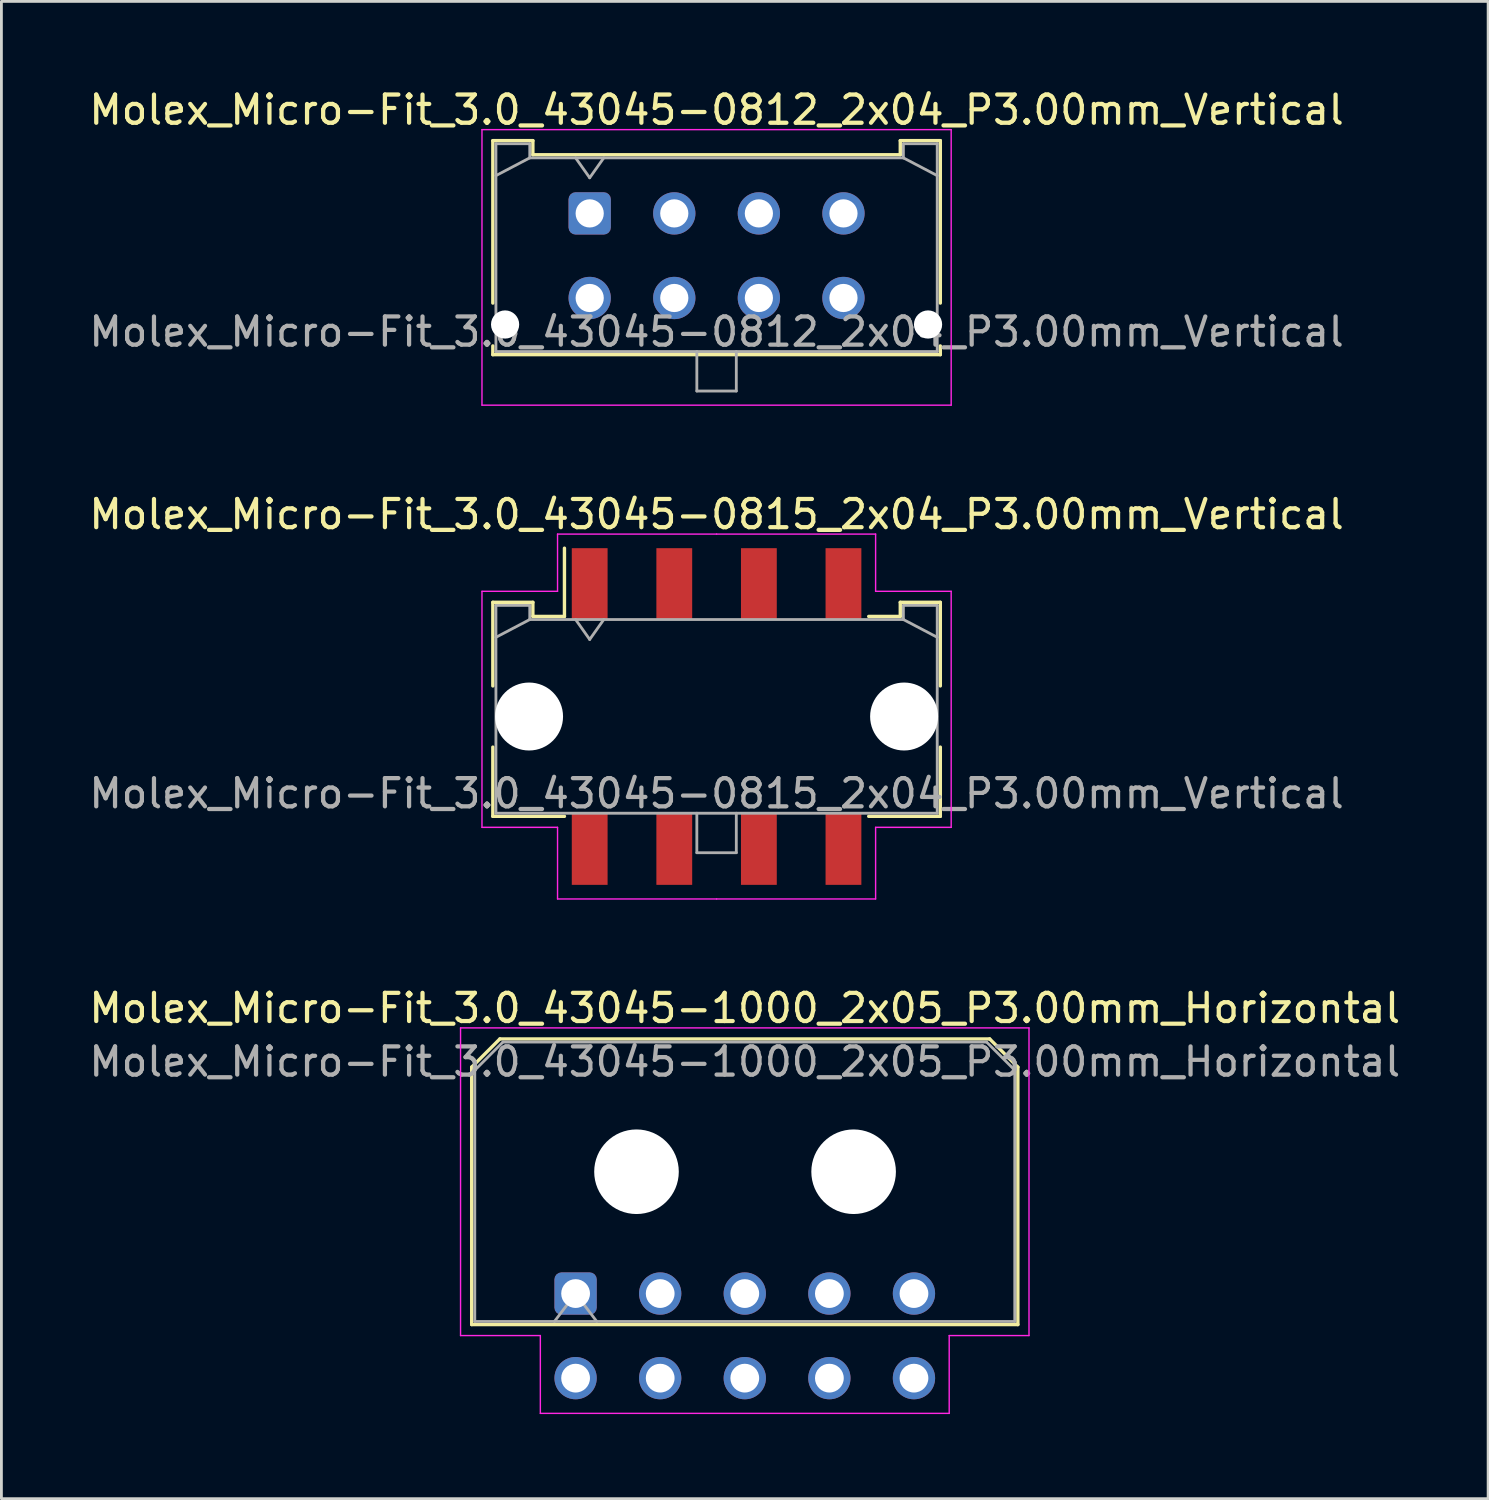
<source format=kicad_pcb>
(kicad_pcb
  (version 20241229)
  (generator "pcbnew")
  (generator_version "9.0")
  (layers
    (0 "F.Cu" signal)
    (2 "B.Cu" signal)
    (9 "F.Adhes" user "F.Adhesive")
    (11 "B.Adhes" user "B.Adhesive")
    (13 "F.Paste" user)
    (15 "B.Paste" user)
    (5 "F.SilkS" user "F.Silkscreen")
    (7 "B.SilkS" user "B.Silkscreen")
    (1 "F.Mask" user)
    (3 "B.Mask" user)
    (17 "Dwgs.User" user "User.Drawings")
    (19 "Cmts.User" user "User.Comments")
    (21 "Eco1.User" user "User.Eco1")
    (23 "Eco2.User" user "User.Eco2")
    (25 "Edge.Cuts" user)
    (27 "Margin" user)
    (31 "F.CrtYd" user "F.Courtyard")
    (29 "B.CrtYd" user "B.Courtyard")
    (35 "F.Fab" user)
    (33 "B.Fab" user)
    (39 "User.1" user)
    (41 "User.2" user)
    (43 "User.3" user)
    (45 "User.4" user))
  (footprint "Molex_Micro-Fit_3.0_43045-0812_2x04_P3.00mm_Vertical"
    (layer "F.Cu")
    (at 17.863 4.518)
    (property "Reference" "Molex_Micro-Fit_3.0_43045-0812_2x04_P3.00mm_Vertical" (at 4.5 -3.67 0) (layer "F.SilkS") (effects (font (size 1 1) (thickness 0.15))))
    (attr through_hole)
    (fp_line (start -3.435 -2.58) (end -2.015 -2.58) (stroke (width 0.12) (type solid)) (layer "F.SilkS"))
    (fp_line (start -3.435 3.18) (end -3.435 -2.58) (stroke (width 0.12) (type solid)) (layer "F.SilkS"))
    (fp_line (start -3.435 4.7) (end -3.435 5.01) (stroke (width 0.12) (type solid)) (layer "F.SilkS"))
    (fp_line (start -3.435 5.01) (end 12.435 5.01) (stroke (width 0.12) (type solid)) (layer "F.SilkS"))
    (fp_line (start -2.015 -2.58) (end -2.015 -2.08) (stroke (width 0.12) (type solid)) (layer "F.SilkS"))
    (fp_line (start -2.015 -2.08) (end 11.015 -2.08) (stroke (width 0.12) (type solid)) (layer "F.SilkS"))
    (fp_line (start 11.015 -2.58) (end 12.435 -2.58) (stroke (width 0.12) (type solid)) (layer "F.SilkS"))
    (fp_line (start 11.015 -2.08) (end 11.015 -2.58) (stroke (width 0.12) (type solid)) (layer "F.SilkS"))
    (fp_line (start 12.435 -2.58) (end 12.435 3.18) (stroke (width 0.12) (type solid)) (layer "F.SilkS"))
    (fp_line (start 12.435 5.01) (end 12.435 4.7) (stroke (width 0.12) (type solid)) (layer "F.SilkS"))
    (fp_line (start -3.82 -2.97) (end 12.82 -2.97) (stroke (width 0.05) (type solid)) (layer "F.CrtYd"))
    (fp_line (start -3.82 6.8) (end -3.82 -2.97) (stroke (width 0.05) (type solid)) (layer "F.CrtYd"))
    (fp_line (start 12.82 -2.97) (end 12.82 6.8) (stroke (width 0.05) (type solid)) (layer "F.CrtYd"))
    (fp_line (start 12.82 6.8) (end -3.82 6.8) (stroke (width 0.05) (type solid)) (layer "F.CrtYd"))
    (fp_line (start -3.325 -2.47) (end -3.325 4.9) (stroke (width 0.1) (type solid)) (layer "F.Fab"))
    (fp_line (start -3.325 -1.34) (end -2.125 -1.97) (stroke (width 0.1) (type solid)) (layer "F.Fab"))
    (fp_line (start -3.325 4.9) (end 12.325 4.9) (stroke (width 0.1) (type solid)) (layer "F.Fab"))
    (fp_line (start -2.125 -2.47) (end -3.325 -2.47) (stroke (width 0.1) (type solid)) (layer "F.Fab"))
    (fp_line (start -2.125 -1.97) (end -2.125 -2.47) (stroke (width 0.1) (type solid)) (layer "F.Fab"))
    (fp_line (start -0.5 -1.97) (end 0 -1.263) (stroke (width 0.1) (type solid)) (layer "F.Fab"))
    (fp_line (start 0 -1.263) (end 0.5 -1.97) (stroke (width 0.1) (type solid)) (layer "F.Fab"))
    (fp_line (start 3.8 4.9) (end 3.8 6.3) (stroke (width 0.1) (type solid)) (layer "F.Fab"))
    (fp_line (start 3.8 6.3) (end 5.2 6.3) (stroke (width 0.1) (type solid)) (layer "F.Fab"))
    (fp_line (start 5.2 6.3) (end 5.2 4.9) (stroke (width 0.1) (type solid)) (layer "F.Fab"))
    (fp_line (start 11.125 -2.47) (end 11.125 -1.97) (stroke (width 0.1) (type solid)) (layer "F.Fab"))
    (fp_line (start 11.125 -1.97) (end -2.125 -1.97) (stroke (width 0.1) (type solid)) (layer "F.Fab"))
    (fp_line (start 12.325 -2.47) (end 11.125 -2.47) (stroke (width 0.1) (type solid)) (layer "F.Fab"))
    (fp_line (start 12.325 -1.34) (end 11.125 -1.97) (stroke (width 0.1) (type solid)) (layer "F.Fab"))
    (fp_line (start 12.325 4.9) (end 12.325 -2.47) (stroke (width 0.1) (type solid)) (layer "F.Fab"))
    (fp_text user "${REFERENCE}" (at 4.5 4.2 0) (layer "F.Fab") (effects (font (size 1 1) (thickness 0.15))))
    (pad "" np_thru_hole circle (at -3 3.94) (size 1 1) (drill 1) (layers "*.Cu" "*.Mask"))
    (pad "" np_thru_hole circle (at 12 3.94) (size 1 1) (drill 1) (layers "*.Cu" "*.Mask"))
    (pad "1" thru_hole roundrect (at 0 0) (size 1.5 1.5) (drill 1) (layers "*.Cu" "*.Mask") (roundrect_rratio 0.167))
    (pad "2" thru_hole circle (at 3 0) (size 1.5 1.5) (drill 1) (layers "*.Cu" "*.Mask"))
    (pad "3" thru_hole circle (at 6 0) (size 1.5 1.5) (drill 1) (layers "*.Cu" "*.Mask"))
    (pad "4" thru_hole circle (at 9 0) (size 1.5 1.5) (drill 1) (layers "*.Cu" "*.Mask"))
    (pad "5" thru_hole circle (at 0 3) (size 1.5 1.5) (drill 1) (layers "*.Cu" "*.Mask"))
    (pad "6" thru_hole circle (at 3 3) (size 1.5 1.5) (drill 1) (layers "*.Cu" "*.Mask"))
    (pad "7" thru_hole circle (at 6 3) (size 1.5 1.5) (drill 1) (layers "*.Cu" "*.Mask"))
    (pad "8" thru_hole circle (at 9 3) (size 1.5 1.5) (drill 1) (layers "*.Cu" "*.Mask")))
  (footprint "Molex_Micro-Fit_3.0_43045-0815_2x04_P3.00mm_Vertical"
    (layer "F.Cu")
    (at 22.363 22.361)
    (property "Reference" "Molex_Micro-Fit_3.0_43045-0815_2x04_P3.00mm_Vertical" (at 0 -7.17 0) (layer "F.SilkS") (effects (font (size 1 1) (thickness 0.15))))
    (attr smd)
    (fp_line (start -7.935 -4.05) (end -6.515 -4.05) (stroke (width 0.12) (type solid)) (layer "F.SilkS"))
    (fp_line (start -7.935 -1.085) (end -7.935 -4.05) (stroke (width 0.12) (type solid)) (layer "F.SilkS"))
    (fp_line (start -7.935 1.085) (end -7.935 3.54) (stroke (width 0.12) (type solid)) (layer "F.SilkS"))
    (fp_line (start -7.935 3.54) (end -5.395 3.54) (stroke (width 0.12) (type solid)) (layer "F.SilkS"))
    (fp_line (start -6.515 -4.05) (end -6.515 -3.55) (stroke (width 0.12) (type solid)) (layer "F.SilkS"))
    (fp_line (start -6.515 -3.55) (end -5.395 -3.55) (stroke (width 0.12) (type solid)) (layer "F.SilkS"))
    (fp_line (start -5.395 -3.55) (end -5.395 -5.97) (stroke (width 0.12) (type solid)) (layer "F.SilkS"))
    (fp_line (start 6.515 -4.05) (end 6.515 -3.55) (stroke (width 0.12) (type solid)) (layer "F.SilkS"))
    (fp_line (start 6.515 -3.55) (end 5.395 -3.55) (stroke (width 0.12) (type solid)) (layer "F.SilkS"))
    (fp_line (start 7.935 -4.05) (end 6.515 -4.05) (stroke (width 0.12) (type solid)) (layer "F.SilkS"))
    (fp_line (start 7.935 -1.085) (end 7.935 -4.05) (stroke (width 0.12) (type solid)) (layer "F.SilkS"))
    (fp_line (start 7.935 1.085) (end 7.935 3.54) (stroke (width 0.12) (type solid)) (layer "F.SilkS"))
    (fp_line (start 7.935 3.54) (end 5.395 3.54) (stroke (width 0.12) (type solid)) (layer "F.SilkS"))
    (fp_line (start -8.32 -4.44) (end -8.32 3.93) (stroke (width 0.05) (type solid)) (layer "F.CrtYd"))
    (fp_line (start -8.32 3.93) (end -5.64 3.93) (stroke (width 0.05) (type solid)) (layer "F.CrtYd"))
    (fp_line (start -5.64 -6.47) (end -5.64 -4.44) (stroke (width 0.05) (type solid)) (layer "F.CrtYd"))
    (fp_line (start -5.64 -4.44) (end -8.32 -4.44) (stroke (width 0.05) (type solid)) (layer "F.CrtYd"))
    (fp_line (start -5.64 3.93) (end -5.64 6.47) (stroke (width 0.05) (type solid)) (layer "F.CrtYd"))
    (fp_line (start -5.64 6.47) (end 0 6.47) (stroke (width 0.05) (type solid)) (layer "F.CrtYd"))
    (fp_line (start 0 -6.47) (end -5.64 -6.47) (stroke (width 0.05) (type solid)) (layer "F.CrtYd"))
    (fp_line (start 0 -6.47) (end 5.64 -6.47) (stroke (width 0.05) (type solid)) (layer "F.CrtYd"))
    (fp_line (start 5.64 -6.47) (end 5.64 -4.44) (stroke (width 0.05) (type solid)) (layer "F.CrtYd"))
    (fp_line (start 5.64 -4.44) (end 8.32 -4.44) (stroke (width 0.05) (type solid)) (layer "F.CrtYd"))
    (fp_line (start 5.64 3.93) (end 5.64 6.47) (stroke (width 0.05) (type solid)) (layer "F.CrtYd"))
    (fp_line (start 5.64 6.47) (end 0 6.47) (stroke (width 0.05) (type solid)) (layer "F.CrtYd"))
    (fp_line (start 8.32 -4.44) (end 8.32 3.93) (stroke (width 0.05) (type solid)) (layer "F.CrtYd"))
    (fp_line (start 8.32 3.93) (end 5.64 3.93) (stroke (width 0.05) (type solid)) (layer "F.CrtYd"))
    (fp_line (start -7.825 -3.94) (end -7.825 3.43) (stroke (width 0.1) (type solid)) (layer "F.Fab"))
    (fp_line (start -7.825 -2.81) (end -6.625 -3.44) (stroke (width 0.1) (type solid)) (layer "F.Fab"))
    (fp_line (start -7.825 3.43) (end 7.825 3.43) (stroke (width 0.1) (type solid)) (layer "F.Fab"))
    (fp_line (start -6.625 -3.94) (end -7.825 -3.94) (stroke (width 0.1) (type solid)) (layer "F.Fab"))
    (fp_line (start -6.625 -3.44) (end -6.625 -3.94) (stroke (width 0.1) (type solid)) (layer "F.Fab"))
    (fp_line (start -5 -3.44) (end -4.5 -2.733) (stroke (width 0.1) (type solid)) (layer "F.Fab"))
    (fp_line (start -4.5 -2.733) (end -4 -3.44) (stroke (width 0.1) (type solid)) (layer "F.Fab"))
    (fp_line (start -0.7 3.43) (end -0.7 4.83) (stroke (width 0.1) (type solid)) (layer "F.Fab"))
    (fp_line (start -0.7 4.83) (end 0.7 4.83) (stroke (width 0.1) (type solid)) (layer "F.Fab"))
    (fp_line (start 0.7 4.83) (end 0.7 3.43) (stroke (width 0.1) (type solid)) (layer "F.Fab"))
    (fp_line (start 6.625 -3.94) (end 6.625 -3.44) (stroke (width 0.1) (type solid)) (layer "F.Fab"))
    (fp_line (start 6.625 -3.44) (end -6.625 -3.44) (stroke (width 0.1) (type solid)) (layer "F.Fab"))
    (fp_line (start 7.825 -3.94) (end 6.625 -3.94) (stroke (width 0.1) (type solid)) (layer "F.Fab"))
    (fp_line (start 7.825 -2.81) (end 6.625 -3.44) (stroke (width 0.1) (type solid)) (layer "F.Fab"))
    (fp_line (start 7.825 3.43) (end 7.825 -3.94) (stroke (width 0.1) (type solid)) (layer "F.Fab"))
    (fp_text user "${REFERENCE}" (at 0 2.73 0) (layer "F.Fab") (effects (font (size 1 1) (thickness 0.15))))
    (pad "" np_thru_hole circle (at -6.65 0) (size 2.41 2.41) (drill 2.41) (layers "*.Cu" "*.Mask"))
    (pad "" np_thru_hole circle (at 6.65 0) (size 2.41 2.41) (drill 2.41) (layers "*.Cu" "*.Mask"))
    (pad "1" smd rect (at -4.5 -4.7) (size 1.27 2.54) (layers "F.Cu" "F.Mask" "F.Paste"))
    (pad "2" smd rect (at -1.5 -4.7) (size 1.27 2.54) (layers "F.Cu" "F.Mask" "F.Paste"))
    (pad "3" smd rect (at 1.5 -4.7) (size 1.27 2.54) (layers "F.Cu" "F.Mask" "F.Paste"))
    (pad "4" smd rect (at 4.5 -4.7) (size 1.27 2.54) (layers "F.Cu" "F.Mask" "F.Paste"))
    (pad "5" smd rect (at -4.5 4.7) (size 1.27 2.54) (layers "F.Cu" "F.Mask" "F.Paste"))
    (pad "6" smd rect (at -1.5 4.7) (size 1.27 2.54) (layers "F.Cu" "F.Mask" "F.Paste"))
    (pad "7" smd rect (at 1.5 4.7) (size 1.27 2.54) (layers "F.Cu" "F.Mask" "F.Paste"))
    (pad "8" smd rect (at 4.5 4.7) (size 1.27 2.54) (layers "F.Cu" "F.Mask" "F.Paste")))
  (footprint "Molex_Micro-Fit_3.0_43045-1000_2x05_P3.00mm_Horizontal"
    (layer "F.Cu")
    (at 17.363 42.825)
    (property "Reference" "Molex_Micro-Fit_3.0_43045-1000_2x05_P3.00mm_Horizontal" (at 6 -10.12 0) (layer "F.SilkS") (effects (font (size 1 1) (thickness 0.15))))
    (attr through_hole)
    (fp_line (start -3.685 -8.03) (end -2.685 -9.03) (stroke (width 0.12) (type solid)) (layer "F.SilkS"))
    (fp_line (start -3.685 1.1) (end -3.685 -8.03) (stroke (width 0.12) (type solid)) (layer "F.SilkS"))
    (fp_line (start -2.685 -9.03) (end 14.685 -9.03) (stroke (width 0.12) (type solid)) (layer "F.SilkS"))
    (fp_line (start 14.685 -9.03) (end 15.685 -8.03) (stroke (width 0.12) (type solid)) (layer "F.SilkS"))
    (fp_line (start 15.685 -8.03) (end 15.685 1.1) (stroke (width 0.12) (type solid)) (layer "F.SilkS"))
    (fp_line (start 15.685 1.1) (end -3.685 1.1) (stroke (width 0.12) (type solid)) (layer "F.SilkS"))
    (fp_line (start -4.08 -9.42) (end 16.08 -9.42) (stroke (width 0.05) (type solid)) (layer "F.CrtYd"))
    (fp_line (start -4.08 1.49) (end -4.08 -9.42) (stroke (width 0.05) (type solid)) (layer "F.CrtYd"))
    (fp_line (start -1.25 1.49) (end -4.08 1.49) (stroke (width 0.05) (type solid)) (layer "F.CrtYd"))
    (fp_line (start -1.25 4.25) (end -1.25 1.49) (stroke (width 0.05) (type solid)) (layer "F.CrtYd"))
    (fp_line (start 13.25 1.49) (end 13.25 4.25) (stroke (width 0.05) (type solid)) (layer "F.CrtYd"))
    (fp_line (start 13.25 4.25) (end -1.25 4.25) (stroke (width 0.05) (type solid)) (layer "F.CrtYd"))
    (fp_line (start 16.08 -9.42) (end 16.08 1.49) (stroke (width 0.05) (type solid)) (layer "F.CrtYd"))
    (fp_line (start 16.08 1.49) (end 13.25 1.49) (stroke (width 0.05) (type solid)) (layer "F.CrtYd"))
    (fp_line (start -3.575 -7.92) (end -2.575 -8.92) (stroke (width 0.1) (type solid)) (layer "F.Fab"))
    (fp_line (start -3.575 0.99) (end -3.575 -7.92) (stroke (width 0.1) (type solid)) (layer "F.Fab"))
    (fp_line (start -2.575 -8.92) (end 14.575 -8.92) (stroke (width 0.1) (type solid)) (layer "F.Fab"))
    (fp_line (start -0.75 0.99) (end 0 0) (stroke (width 0.1) (type solid)) (layer "F.Fab"))
    (fp_line (start 0 0) (end 0.75 0.99) (stroke (width 0.1) (type solid)) (layer "F.Fab"))
    (fp_line (start 14.575 -8.92) (end 15.575 -7.92) (stroke (width 0.1) (type solid)) (layer "F.Fab"))
    (fp_line (start 15.575 -7.92) (end 15.575 0.99) (stroke (width 0.1) (type solid)) (layer "F.Fab"))
    (fp_line (start 15.575 0.99) (end -3.575 0.99) (stroke (width 0.1) (type solid)) (layer "F.Fab"))
    (fp_text user "${REFERENCE}" (at 6 -8.22 0) (layer "F.Fab") (effects (font (size 1 1) (thickness 0.15))))
    (pad "" np_thru_hole circle (at 2.16 -4.32) (size 3 3) (drill 3) (layers "*.Cu" "*.Mask"))
    (pad "" np_thru_hole circle (at 9.86 -4.32) (size 3 3) (drill 3) (layers "*.Cu" "*.Mask"))
    (pad "1" thru_hole roundrect (at 0 0) (size 1.5 1.5) (drill 1.02) (layers "*.Cu" "*.Mask") (roundrect_rratio 0.167))
    (pad "2" thru_hole circle (at 3 0) (size 1.5 1.5) (drill 1.02) (layers "*.Cu" "*.Mask"))
    (pad "3" thru_hole circle (at 6 0) (size 1.5 1.5) (drill 1.02) (layers "*.Cu" "*.Mask"))
    (pad "4" thru_hole circle (at 9 0) (size 1.5 1.5) (drill 1.02) (layers "*.Cu" "*.Mask"))
    (pad "5" thru_hole circle (at 12 0) (size 1.5 1.5) (drill 1.02) (layers "*.Cu" "*.Mask"))
    (pad "6" thru_hole circle (at 0 3) (size 1.5 1.5) (drill 1.02) (layers "*.Cu" "*.Mask"))
    (pad "7" thru_hole circle (at 3 3) (size 1.5 1.5) (drill 1.02) (layers "*.Cu" "*.Mask"))
    (pad "8" thru_hole circle (at 6 3) (size 1.5 1.5) (drill 1.02) (layers "*.Cu" "*.Mask"))
    (pad "9" thru_hole circle (at 9 3) (size 1.5 1.5) (drill 1.02) (layers "*.Cu" "*.Mask"))
    (pad "10" thru_hole circle (at 12 3) (size 1.5 1.5) (drill 1.02) (layers "*.Cu" "*.Mask")))
  (gr_rect
    (start -3 -3)
    (end 49.726 50.1)
    (stroke (width 0.1) (type default))
    (fill no)
    (layer "Edge.Cuts")))
</source>
